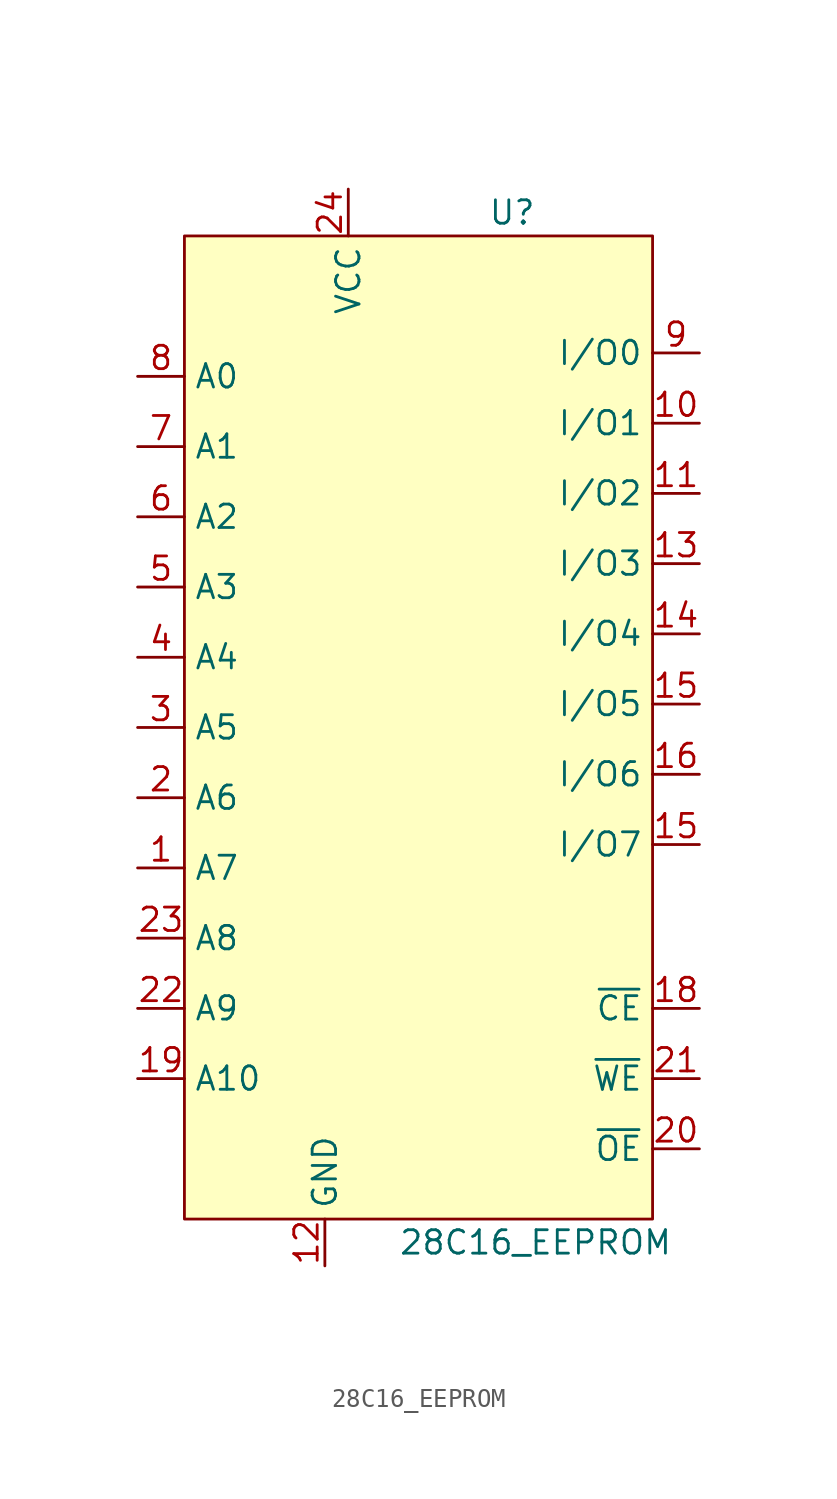
<source format=kicad_sym>
(kicad_symbol_lib
  (version 20211014)
  (generator kicad_symbol_editor)
  (symbol "28C16_EEPROM"
    (property "Reference" "U"
      (at 5.08 27.94 0)
      (effects (font (size 1.27 1.27))))
    (property "Value" "28C16_EEPROM"
      (at 6.35 -27.94 0)
      (effects (font (size 1.27 1.27))))
    (symbol "28C16_EEPROM_0_1"
      (rectangle (start -12.7 26.67) (end 12.7 -26.67) (stroke (width 0.152) (type default) (color 0 0 0 0)) (fill (type background))))
    (symbol "28C16_EEPROM_1_1"
      (pin input line (at -15.24 -7.62 0) (length 2.54) (name "A7" (effects (font (size 1.27 1.27)))) (number "1" (effects (font (size 1.27 1.27)))))
      (pin bidirectional line (at 15.24 16.51 180) (length 2.54) (name "I/O1" (effects (font (size 1.27 1.27)))) (number "10" (effects (font (size 1.27 1.27)))))
      (pin bidirectional line (at 15.24 12.7 180) (length 2.54) (name "I/O2" (effects (font (size 1.27 1.27)))) (number "11" (effects (font (size 1.27 1.27)))))
      (pin power_in line (at -5.08 -29.21 90) (length 2.54) (name "GND" (effects (font (size 1.27 1.27)))) (number "12" (effects (font (size 1.27 1.27)))))
      (pin bidirectional line (at 15.24 8.89 180) (length 2.54) (name "I/O3" (effects (font (size 1.27 1.27)))) (number "13" (effects (font (size 1.27 1.27)))))
      (pin bidirectional line (at 15.24 5.08 180) (length 2.54) (name "I/O4" (effects (font (size 1.27 1.27)))) (number "14" (effects (font (size 1.27 1.27)))))
      (pin bidirectional line (at 15.24 1.27 180) (length 2.54) (name "I/O5" (effects (font (size 1.27 1.27)))) (number "15" (effects (font (size 1.27 1.27)))))
      (pin bidirectional line (at 15.24 -6.35 180) (length 2.54) (name "I/O7" (effects (font (size 1.27 1.27)))) (number "15" (effects (font (size 1.27 1.27)))))
      (pin bidirectional line (at 15.24 -2.54 180) (length 2.54) (name "I/O6" (effects (font (size 1.27 1.27)))) (number "16" (effects (font (size 1.27 1.27)))))
      (pin input line (at 15.24 -15.24 180) (length 2.54) (name "~{CE}" (effects (font (size 1.27 1.27)))) (number "18" (effects (font (size 1.27 1.27)))))
      (pin input line (at -15.24 -19.05 0) (length 2.54) (name "A10" (effects (font (size 1.27 1.27)))) (number "19" (effects (font (size 1.27 1.27)))))
      (pin input line (at -15.24 -3.81 0) (length 2.54) (name "A6" (effects (font (size 1.27 1.27)))) (number "2" (effects (font (size 1.27 1.27)))))
      (pin input line (at 15.24 -22.86 180) (length 2.54) (name "~{OE}" (effects (font (size 1.27 1.27)))) (number "20" (effects (font (size 1.27 1.27)))))
      (pin input line (at 15.24 -19.05 180) (length 2.54) (name "~{WE}" (effects (font (size 1.27 1.27)))) (number "21" (effects (font (size 1.27 1.27)))))
      (pin input line (at -15.24 -15.24 0) (length 2.54) (name "A9" (effects (font (size 1.27 1.27)))) (number "22" (effects (font (size 1.27 1.27)))))
      (pin input line (at -15.24 -11.43 0) (length 2.54) (name "A8" (effects (font (size 1.27 1.27)))) (number "23" (effects (font (size 1.27 1.27)))))
      (pin power_in line (at -3.81 29.21 270) (length 2.54) (name "VCC" (effects (font (size 1.27 1.27)))) (number "24" (effects (font (size 1.27 1.27)))))
      (pin input line (at -15.24 0 0) (length 2.54) (name "A5" (effects (font (size 1.27 1.27)))) (number "3" (effects (font (size 1.27 1.27)))))
      (pin input line (at -15.24 3.81 0) (length 2.54) (name "A4" (effects (font (size 1.27 1.27)))) (number "4" (effects (font (size 1.27 1.27)))))
      (pin input line (at -15.24 7.62 0) (length 2.54) (name "A3" (effects (font (size 1.27 1.27)))) (number "5" (effects (font (size 1.27 1.27)))))
      (pin input line (at -15.24 11.43 0) (length 2.54) (name "A2" (effects (font (size 1.27 1.27)))) (number "6" (effects (font (size 1.27 1.27)))))
      (pin input line (at -15.24 15.24 0) (length 2.54) (name "A1" (effects (font (size 1.27 1.27)))) (number "7" (effects (font (size 1.27 1.27)))))
      (pin input line (at -15.24 19.05 0) (length 2.54) (name "A0" (effects (font (size 1.27 1.27)))) (number "8" (effects (font (size 1.27 1.27)))))
      (pin bidirectional line (at 15.24 20.32 180) (length 2.54) (name "I/O0" (effects (font (size 1.27 1.27)))) (number "9" (effects (font (size 1.27 1.27))))))))
</source>
